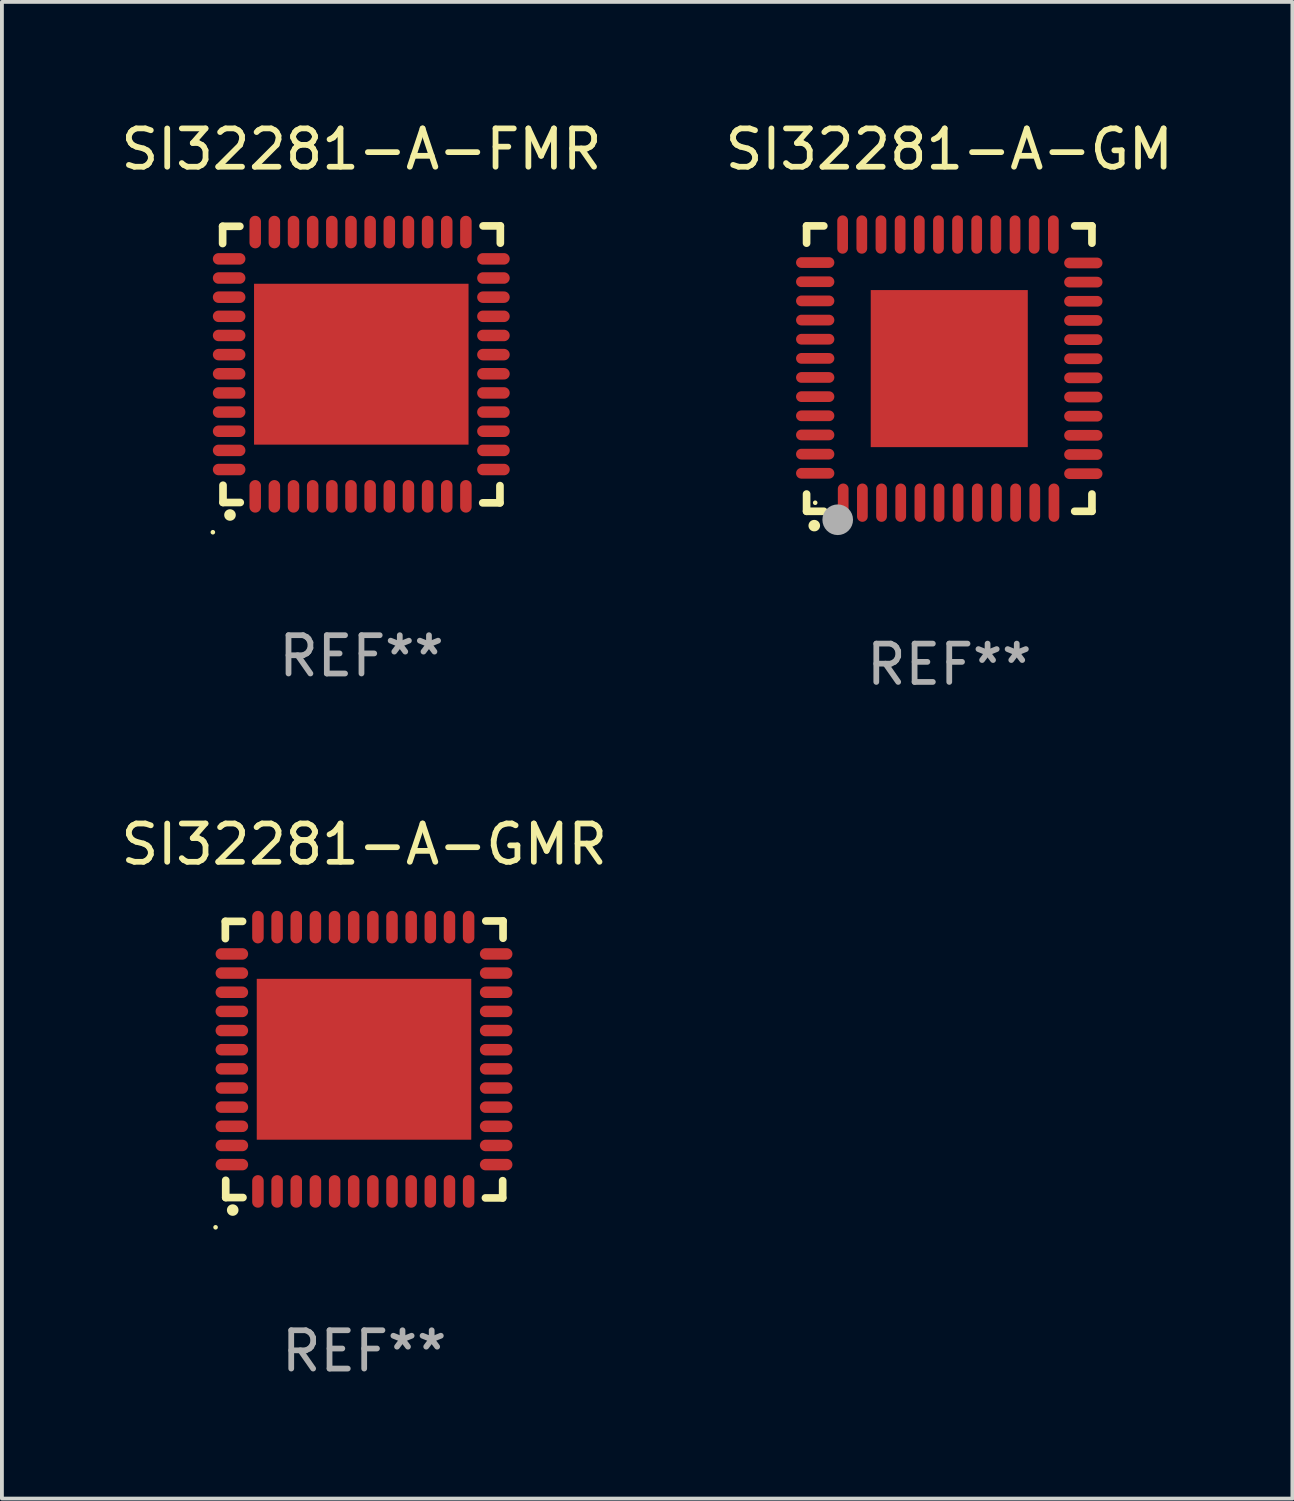
<source format=kicad_pcb>
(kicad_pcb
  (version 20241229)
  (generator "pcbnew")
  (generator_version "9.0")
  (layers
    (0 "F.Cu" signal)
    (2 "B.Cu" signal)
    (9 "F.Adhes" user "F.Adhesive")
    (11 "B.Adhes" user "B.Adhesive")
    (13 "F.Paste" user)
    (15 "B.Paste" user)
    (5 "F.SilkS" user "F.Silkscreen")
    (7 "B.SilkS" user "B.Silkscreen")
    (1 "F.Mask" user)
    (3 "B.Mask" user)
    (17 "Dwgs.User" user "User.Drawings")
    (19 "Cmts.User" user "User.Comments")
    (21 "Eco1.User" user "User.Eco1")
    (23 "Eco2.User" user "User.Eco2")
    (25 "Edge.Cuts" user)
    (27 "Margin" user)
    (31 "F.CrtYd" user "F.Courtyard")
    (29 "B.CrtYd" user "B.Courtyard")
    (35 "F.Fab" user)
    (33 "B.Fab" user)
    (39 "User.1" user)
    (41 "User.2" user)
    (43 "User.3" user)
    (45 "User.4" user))
  (footprint "SI32281-A-GMR"
    (layer "F.Cu")
    (at 6.458 24.609)
    (property "Reference" "SI32281-A-GMR" (at 0 -5.615 0) (layer "F.SilkS") (effects (font (size 1 1) (thickness 0.15))))
    (attr through_hole)
    (fp_line (start -3.625 -3.605) (end -3.175 -3.605) (stroke (width 0.2) (type solid)) (layer "F.SilkS"))
    (fp_line (start -3.625 -3.155) (end -3.625 -3.605) (stroke (width 0.2) (type solid)) (layer "F.SilkS"))
    (fp_line (start -3.615 3.605) (end -3.615 3.155) (stroke (width 0.2) (type solid)) (layer "F.SilkS"))
    (fp_line (start -3.165 3.605) (end -3.615 3.605) (stroke (width 0.2) (type solid)) (layer "F.SilkS"))
    (fp_line (start 3.165 3.615) (end 3.615 3.615) (stroke (width 0.2) (type solid)) (layer "F.SilkS"))
    (fp_line (start 3.615 3.615) (end 3.615 3.165) (stroke (width 0.2) (type solid)) (layer "F.SilkS"))
    (fp_line (start 3.625 -3.615) (end 3.175 -3.615) (stroke (width 0.2) (type solid)) (layer "F.SilkS"))
    (fp_line (start 3.625 -3.165) (end 3.625 -3.615) (stroke (width 0.2) (type solid)) (layer "F.SilkS"))
    (fp_arc (start -3.434011 3.931928) (mid -3.432741 3.931923) (end -3.431471 3.931928) (stroke (width 0.3) (type solid)) (layer "F.SilkS"))
    (fp_circle (center -3.88 4.382) (end -3.85 4.382) (stroke (width 0.06) (type solid)) (fill no) (layer "F.SilkS"))
    (fp_text user "REF**" (at 0 7.615 0) (layer "F.Fab") (effects (font (size 1 1) (thickness 0.15))))
    (pad "1" smd oval (at -2.774 3.445 180) (size 0.3 0.85) (layers "F.Cu" "F.Mask" "F.Paste"))
    (pad "2" smd oval (at -2.274 3.445 180) (size 0.3 0.85) (layers "F.Cu" "F.Mask" "F.Paste"))
    (pad "3" smd oval (at -1.774 3.445 180) (size 0.3 0.85) (layers "F.Cu" "F.Mask" "F.Paste"))
    (pad "4" smd oval (at -1.274 3.445 180) (size 0.3 0.85) (layers "F.Cu" "F.Mask" "F.Paste"))
    (pad "5" smd oval (at -0.772 3.445 180) (size 0.3 0.85) (layers "F.Cu" "F.Mask" "F.Paste"))
    (pad "6" smd oval (at -0.274 3.445 180) (size 0.3 0.85) (layers "F.Cu" "F.Mask" "F.Paste"))
    (pad "7" smd oval (at 0.226 3.445 180) (size 0.3 0.85) (layers "F.Cu" "F.Mask" "F.Paste"))
    (pad "8" smd oval (at 0.726 3.445 180) (size 0.3 0.85) (layers "F.Cu" "F.Mask" "F.Paste"))
    (pad "9" smd oval (at 1.226 3.445 180) (size 0.3 0.85) (layers "F.Cu" "F.Mask" "F.Paste"))
    (pad "10" smd oval (at 1.726 3.445 180) (size 0.3 0.85) (layers "F.Cu" "F.Mask" "F.Paste"))
    (pad "11" smd oval (at 2.226 3.445 180) (size 0.3 0.85) (layers "F.Cu" "F.Mask" "F.Paste"))
    (pad "12" smd oval (at 2.726 3.445 180) (size 0.3 0.85) (layers "F.Cu" "F.Mask" "F.Paste"))
    (pad "13" smd oval (at 3.445 2.745 90) (size 0.3 0.85) (layers "F.Cu" "F.Mask" "F.Paste"))
    (pad "14" smd oval (at 3.445 2.245 90) (size 0.3 0.85) (layers "F.Cu" "F.Mask" "F.Paste"))
    (pad "15" smd oval (at 3.445 1.745 90) (size 0.3 0.85) (layers "F.Cu" "F.Mask" "F.Paste"))
    (pad "16" smd oval (at 3.445 1.245 90) (size 0.3 0.85) (layers "F.Cu" "F.Mask" "F.Paste"))
    (pad "17" smd oval (at 3.445 0.745 90) (size 0.3 0.85) (layers "F.Cu" "F.Mask" "F.Paste"))
    (pad "18" smd oval (at 3.445 0.245 90) (size 0.3 0.85) (layers "F.Cu" "F.Mask" "F.Paste"))
    (pad "19" smd oval (at 3.445 -0.255 90) (size 0.3 0.85) (layers "F.Cu" "F.Mask" "F.Paste"))
    (pad "20" smd oval (at 3.445 -0.755 90) (size 0.3 0.85) (layers "F.Cu" "F.Mask" "F.Paste"))
    (pad "21" smd oval (at 3.445 -1.255 90) (size 0.3 0.85) (layers "F.Cu" "F.Mask" "F.Paste"))
    (pad "22" smd oval (at 3.445 -1.755 90) (size 0.3 0.85) (layers "F.Cu" "F.Mask" "F.Paste"))
    (pad "23" smd oval (at 3.445 -2.255 90) (size 0.3 0.85) (layers "F.Cu" "F.Mask" "F.Paste"))
    (pad "24" smd oval (at 3.445 -2.755 90) (size 0.3 0.85) (layers "F.Cu" "F.Mask" "F.Paste"))
    (pad "25" smd oval (at 2.726 -3.455 180) (size 0.3 0.85) (layers "F.Cu" "F.Mask" "F.Paste"))
    (pad "26" smd oval (at 2.226 -3.455 180) (size 0.3 0.85) (layers "F.Cu" "F.Mask" "F.Paste"))
    (pad "27" smd oval (at 1.726 -3.455 180) (size 0.3 0.85) (layers "F.Cu" "F.Mask" "F.Paste"))
    (pad "28" smd oval (at 1.226 -3.455 180) (size 0.3 0.85) (layers "F.Cu" "F.Mask" "F.Paste"))
    (pad "29" smd oval (at 0.726 -3.455 180) (size 0.3 0.85) (layers "F.Cu" "F.Mask" "F.Paste"))
    (pad "30" smd oval (at 0.226 -3.455 180) (size 0.3 0.85) (layers "F.Cu" "F.Mask" "F.Paste"))
    (pad "31" smd oval (at -0.274 -3.455 180) (size 0.3 0.85) (layers "F.Cu" "F.Mask" "F.Paste"))
    (pad "32" smd oval (at -0.774 -3.455 180) (size 0.3 0.85) (layers "F.Cu" "F.Mask" "F.Paste"))
    (pad "33" smd oval (at -1.274 -3.455 180) (size 0.3 0.85) (layers "F.Cu" "F.Mask" "F.Paste"))
    (pad "34" smd oval (at -1.774 -3.455 180) (size 0.3 0.85) (layers "F.Cu" "F.Mask" "F.Paste"))
    (pad "35" smd oval (at -2.274 -3.455 180) (size 0.3 0.85) (layers "F.Cu" "F.Mask" "F.Paste"))
    (pad "36" smd oval (at -2.774 -3.455 180) (size 0.3 0.85) (layers "F.Cu" "F.Mask" "F.Paste"))
    (pad "37" smd oval (at -3.455 -2.755 90) (size 0.3 0.85) (layers "F.Cu" "F.Mask" "F.Paste"))
    (pad "38" smd oval (at -3.455 -2.255 90) (size 0.3 0.85) (layers "F.Cu" "F.Mask" "F.Paste"))
    (pad "39" smd oval (at -3.455 -1.755 90) (size 0.3 0.85) (layers "F.Cu" "F.Mask" "F.Paste"))
    (pad "40" smd oval (at -3.455 -1.255 90) (size 0.3 0.85) (layers "F.Cu" "F.Mask" "F.Paste"))
    (pad "41" smd oval (at -3.455 -0.755 90) (size 0.3 0.85) (layers "F.Cu" "F.Mask" "F.Paste"))
    (pad "42" smd oval (at -3.455 -0.255 90) (size 0.3 0.85) (layers "F.Cu" "F.Mask" "F.Paste"))
    (pad "43" smd oval (at -3.455 0.245 90) (size 0.3 0.85) (layers "F.Cu" "F.Mask" "F.Paste"))
    (pad "44" smd oval (at -3.455 0.745 90) (size 0.3 0.85) (layers "F.Cu" "F.Mask" "F.Paste"))
    (pad "45" smd oval (at -3.455 1.245 90) (size 0.3 0.85) (layers "F.Cu" "F.Mask" "F.Paste"))
    (pad "46" smd oval (at -3.455 1.745 90) (size 0.3 0.85) (layers "F.Cu" "F.Mask" "F.Paste"))
    (pad "47" smd oval (at -3.455 2.245 90) (size 0.3 0.85) (layers "F.Cu" "F.Mask" "F.Paste"))
    (pad "48" smd oval (at -3.455 2.745 90) (size 0.3 0.85) (layers "F.Cu" "F.Mask" "F.Paste"))
    (pad "49" smd rect (at -0.005 -0.005 180) (size 5.6 4.2) (layers "F.Cu" "F.Mask" "F.Paste")))
  (footprint "SI32281-A-FMR"
    (layer "F.Cu")
    (at 6.387 6.463)
    (property "Reference" "SI32281-A-FMR" (at 0 -5.615 0) (layer "F.SilkS") (effects (font (size 1 1) (thickness 0.15))))
    (attr through_hole)
    (fp_line (start -3.625 -3.605) (end -3.175 -3.605) (stroke (width 0.2) (type solid)) (layer "F.SilkS"))
    (fp_line (start -3.625 -3.155) (end -3.625 -3.605) (stroke (width 0.2) (type solid)) (layer "F.SilkS"))
    (fp_line (start -3.615 3.605) (end -3.615 3.155) (stroke (width 0.2) (type solid)) (layer "F.SilkS"))
    (fp_line (start -3.165 3.605) (end -3.615 3.605) (stroke (width 0.2) (type solid)) (layer "F.SilkS"))
    (fp_line (start 3.165 3.615) (end 3.615 3.615) (stroke (width 0.2) (type solid)) (layer "F.SilkS"))
    (fp_line (start 3.615 3.615) (end 3.615 3.165) (stroke (width 0.2) (type solid)) (layer "F.SilkS"))
    (fp_line (start 3.625 -3.615) (end 3.175 -3.615) (stroke (width 0.2) (type solid)) (layer "F.SilkS"))
    (fp_line (start 3.625 -3.165) (end 3.625 -3.615) (stroke (width 0.2) (type solid)) (layer "F.SilkS"))
    (fp_arc (start -3.434011 3.931928) (mid -3.432741 3.931923) (end -3.431471 3.931928) (stroke (width 0.3) (type solid)) (layer "F.SilkS"))
    (fp_circle (center -3.88 4.382) (end -3.85 4.382) (stroke (width 0.06) (type solid)) (fill no) (layer "F.SilkS"))
    (fp_text user "REF**" (at 0 7.615 0) (layer "F.Fab") (effects (font (size 1 1) (thickness 0.15))))
    (pad "1" smd oval (at -2.774 3.445 180) (size 0.3 0.85) (layers "F.Cu" "F.Mask" "F.Paste"))
    (pad "2" smd oval (at -2.274 3.445 180) (size 0.3 0.85) (layers "F.Cu" "F.Mask" "F.Paste"))
    (pad "3" smd oval (at -1.774 3.445 180) (size 0.3 0.85) (layers "F.Cu" "F.Mask" "F.Paste"))
    (pad "4" smd oval (at -1.274 3.445 180) (size 0.3 0.85) (layers "F.Cu" "F.Mask" "F.Paste"))
    (pad "5" smd oval (at -0.772 3.445 180) (size 0.3 0.85) (layers "F.Cu" "F.Mask" "F.Paste"))
    (pad "6" smd oval (at -0.274 3.445 180) (size 0.3 0.85) (layers "F.Cu" "F.Mask" "F.Paste"))
    (pad "7" smd oval (at 0.226 3.445 180) (size 0.3 0.85) (layers "F.Cu" "F.Mask" "F.Paste"))
    (pad "8" smd oval (at 0.726 3.445 180) (size 0.3 0.85) (layers "F.Cu" "F.Mask" "F.Paste"))
    (pad "9" smd oval (at 1.226 3.445 180) (size 0.3 0.85) (layers "F.Cu" "F.Mask" "F.Paste"))
    (pad "10" smd oval (at 1.726 3.445 180) (size 0.3 0.85) (layers "F.Cu" "F.Mask" "F.Paste"))
    (pad "11" smd oval (at 2.226 3.445 180) (size 0.3 0.85) (layers "F.Cu" "F.Mask" "F.Paste"))
    (pad "12" smd oval (at 2.726 3.445 180) (size 0.3 0.85) (layers "F.Cu" "F.Mask" "F.Paste"))
    (pad "13" smd oval (at 3.445 2.745 90) (size 0.3 0.85) (layers "F.Cu" "F.Mask" "F.Paste"))
    (pad "14" smd oval (at 3.445 2.245 90) (size 0.3 0.85) (layers "F.Cu" "F.Mask" "F.Paste"))
    (pad "15" smd oval (at 3.445 1.745 90) (size 0.3 0.85) (layers "F.Cu" "F.Mask" "F.Paste"))
    (pad "16" smd oval (at 3.445 1.245 90) (size 0.3 0.85) (layers "F.Cu" "F.Mask" "F.Paste"))
    (pad "17" smd oval (at 3.445 0.745 90) (size 0.3 0.85) (layers "F.Cu" "F.Mask" "F.Paste"))
    (pad "18" smd oval (at 3.445 0.245 90) (size 0.3 0.85) (layers "F.Cu" "F.Mask" "F.Paste"))
    (pad "19" smd oval (at 3.445 -0.255 90) (size 0.3 0.85) (layers "F.Cu" "F.Mask" "F.Paste"))
    (pad "20" smd oval (at 3.445 -0.755 90) (size 0.3 0.85) (layers "F.Cu" "F.Mask" "F.Paste"))
    (pad "21" smd oval (at 3.445 -1.255 90) (size 0.3 0.85) (layers "F.Cu" "F.Mask" "F.Paste"))
    (pad "22" smd oval (at 3.445 -1.755 90) (size 0.3 0.85) (layers "F.Cu" "F.Mask" "F.Paste"))
    (pad "23" smd oval (at 3.445 -2.255 90) (size 0.3 0.85) (layers "F.Cu" "F.Mask" "F.Paste"))
    (pad "24" smd oval (at 3.445 -2.755 90) (size 0.3 0.85) (layers "F.Cu" "F.Mask" "F.Paste"))
    (pad "25" smd oval (at 2.726 -3.455 180) (size 0.3 0.85) (layers "F.Cu" "F.Mask" "F.Paste"))
    (pad "26" smd oval (at 2.226 -3.455 180) (size 0.3 0.85) (layers "F.Cu" "F.Mask" "F.Paste"))
    (pad "27" smd oval (at 1.726 -3.455 180) (size 0.3 0.85) (layers "F.Cu" "F.Mask" "F.Paste"))
    (pad "28" smd oval (at 1.226 -3.455 180) (size 0.3 0.85) (layers "F.Cu" "F.Mask" "F.Paste"))
    (pad "29" smd oval (at 0.726 -3.455 180) (size 0.3 0.85) (layers "F.Cu" "F.Mask" "F.Paste"))
    (pad "30" smd oval (at 0.226 -3.455 180) (size 0.3 0.85) (layers "F.Cu" "F.Mask" "F.Paste"))
    (pad "31" smd oval (at -0.274 -3.455 180) (size 0.3 0.85) (layers "F.Cu" "F.Mask" "F.Paste"))
    (pad "32" smd oval (at -0.774 -3.455 180) (size 0.3 0.85) (layers "F.Cu" "F.Mask" "F.Paste"))
    (pad "33" smd oval (at -1.274 -3.455 180) (size 0.3 0.85) (layers "F.Cu" "F.Mask" "F.Paste"))
    (pad "34" smd oval (at -1.774 -3.455 180) (size 0.3 0.85) (layers "F.Cu" "F.Mask" "F.Paste"))
    (pad "35" smd oval (at -2.274 -3.455 180) (size 0.3 0.85) (layers "F.Cu" "F.Mask" "F.Paste"))
    (pad "36" smd oval (at -2.774 -3.455 180) (size 0.3 0.85) (layers "F.Cu" "F.Mask" "F.Paste"))
    (pad "37" smd oval (at -3.455 -2.755 90) (size 0.3 0.85) (layers "F.Cu" "F.Mask" "F.Paste"))
    (pad "38" smd oval (at -3.455 -2.255 90) (size 0.3 0.85) (layers "F.Cu" "F.Mask" "F.Paste"))
    (pad "39" smd oval (at -3.455 -1.755 90) (size 0.3 0.85) (layers "F.Cu" "F.Mask" "F.Paste"))
    (pad "40" smd oval (at -3.455 -1.255 90) (size 0.3 0.85) (layers "F.Cu" "F.Mask" "F.Paste"))
    (pad "41" smd oval (at -3.455 -0.755 90) (size 0.3 0.85) (layers "F.Cu" "F.Mask" "F.Paste"))
    (pad "42" smd oval (at -3.455 -0.255 90) (size 0.3 0.85) (layers "F.Cu" "F.Mask" "F.Paste"))
    (pad "43" smd oval (at -3.455 0.245 90) (size 0.3 0.85) (layers "F.Cu" "F.Mask" "F.Paste"))
    (pad "44" smd oval (at -3.455 0.745 90) (size 0.3 0.85) (layers "F.Cu" "F.Mask" "F.Paste"))
    (pad "45" smd oval (at -3.455 1.245 90) (size 0.3 0.85) (layers "F.Cu" "F.Mask" "F.Paste"))
    (pad "46" smd oval (at -3.455 1.745 90) (size 0.3 0.85) (layers "F.Cu" "F.Mask" "F.Paste"))
    (pad "47" smd oval (at -3.455 2.245 90) (size 0.3 0.85) (layers "F.Cu" "F.Mask" "F.Paste"))
    (pad "48" smd oval (at -3.455 2.745 90) (size 0.3 0.85) (layers "F.Cu" "F.Mask" "F.Paste"))
    (pad "49" smd rect (at -0.005 -0.005 180) (size 5.6 4.2) (layers "F.Cu" "F.Mask" "F.Paste")))
  (footprint "SI32281-A-GM"
    (layer "F.Cu")
    (at 21.732 6.573)
    (property "Reference" "SI32281-A-GM" (at 0 -5.725 0) (layer "F.SilkS") (effects (font (size 1 1) (thickness 0.15))))
    (attr through_hole)
    (fp_line (start -3.725 -3.725) (end -3.275 -3.725) (stroke (width 0.2) (type solid)) (layer "F.SilkS"))
    (fp_line (start -3.725 -3.275) (end -3.725 -3.725) (stroke (width 0.2) (type solid)) (layer "F.SilkS"))
    (fp_line (start -3.725 3.725) (end -3.725 3.275) (stroke (width 0.2) (type solid)) (layer "F.SilkS"))
    (fp_line (start -3.275 3.725) (end -3.725 3.725) (stroke (width 0.2) (type solid)) (layer "F.SilkS"))
    (fp_line (start 3.275 3.725) (end 3.725 3.725) (stroke (width 0.2) (type solid)) (layer "F.SilkS"))
    (fp_line (start 3.725 -3.725) (end 3.275 -3.725) (stroke (width 0.2) (type solid)) (layer "F.SilkS"))
    (fp_line (start 3.725 -3.275) (end 3.725 -3.725) (stroke (width 0.2) (type solid)) (layer "F.SilkS"))
    (fp_line (start 3.725 3.725) (end 3.725 3.275) (stroke (width 0.2) (type solid)) (layer "F.SilkS"))
    (fp_arc (start -3.525527 4.099568) (mid -3.524257 4.099563) (end -3.522987 4.099568) (stroke (width 0.3) (type solid)) (layer "F.SilkS"))
    (fp_circle (center -3.5 3.502) (end -3.47 3.502) (stroke (width 0.06) (type solid)) (fill no) (layer "F.SilkS"))
    (fp_circle (center -2.912 3.946) (end -2.712 3.946) (stroke (width 0.4) (type solid)) (fill no) (layer "F.Fab"))
    (fp_text user "REF**" (at 0 7.725 0) (layer "F.Fab") (effects (font (size 1 1) (thickness 0.15))))
    (pad "1" smd oval (at -2.769 3.5) (size 0.28 1) (layers "F.Cu" "F.Mask" "F.Paste"))
    (pad "2" smd oval (at -2.268 3.5) (size 0.28 1) (layers "F.Cu" "F.Mask" "F.Paste"))
    (pad "3" smd oval (at -1.768 3.5) (size 0.28 1) (layers "F.Cu" "F.Mask" "F.Paste"))
    (pad "4" smd oval (at -1.267 3.5) (size 0.28 1) (layers "F.Cu" "F.Mask" "F.Paste"))
    (pad "5" smd oval (at -0.767 3.5) (size 0.28 1) (layers "F.Cu" "F.Mask" "F.Paste"))
    (pad "6" smd oval (at -0.267 3.5) (size 0.28 1) (layers "F.Cu" "F.Mask" "F.Paste"))
    (pad "7" smd oval (at 0.231 3.5) (size 0.28 1) (layers "F.Cu" "F.Mask" "F.Paste"))
    (pad "8" smd oval (at 0.732 3.5) (size 0.28 1) (layers "F.Cu" "F.Mask" "F.Paste"))
    (pad "9" smd oval (at 1.232 3.5) (size 0.28 1) (layers "F.Cu" "F.Mask" "F.Paste"))
    (pad "10" smd oval (at 1.732 3.5) (size 0.28 1) (layers "F.Cu" "F.Mask" "F.Paste"))
    (pad "11" smd oval (at 2.233 3.5) (size 0.28 1) (layers "F.Cu" "F.Mask" "F.Paste"))
    (pad "12" smd oval (at 2.733 3.5) (size 0.28 1) (layers "F.Cu" "F.Mask" "F.Paste"))
    (pad "13" smd oval (at 3.5 2.743) (size 1 0.28) (layers "F.Cu" "F.Mask" "F.Paste"))
    (pad "14" smd oval (at 3.5 2.243) (size 1 0.28) (layers "F.Cu" "F.Mask" "F.Paste"))
    (pad "15" smd oval (at 3.5 1.742) (size 1 0.28) (layers "F.Cu" "F.Mask" "F.Paste"))
    (pad "16" smd oval (at 3.5 1.242) (size 1 0.28) (layers "F.Cu" "F.Mask" "F.Paste"))
    (pad "17" smd oval (at 3.5 0.742) (size 1 0.28) (layers "F.Cu" "F.Mask" "F.Paste"))
    (pad "18" smd oval (at 3.5 0.241) (size 1 0.28) (layers "F.Cu" "F.Mask" "F.Paste"))
    (pad "19" smd oval (at 3.5 -0.257) (size 1 0.28) (layers "F.Cu" "F.Mask" "F.Paste"))
    (pad "20" smd oval (at 3.5 -0.757) (size 1 0.28) (layers "F.Cu" "F.Mask" "F.Paste"))
    (pad "21" smd oval (at 3.5 -1.257) (size 1 0.28) (layers "F.Cu" "F.Mask" "F.Paste"))
    (pad "22" smd oval (at 3.5 -1.758) (size 1 0.28) (layers "F.Cu" "F.Mask" "F.Paste"))
    (pad "23" smd oval (at 3.5 -2.258) (size 1 0.28) (layers "F.Cu" "F.Mask" "F.Paste"))
    (pad "24" smd oval (at 3.5 -2.758) (size 1 0.28) (layers "F.Cu" "F.Mask" "F.Paste"))
    (pad "25" smd oval (at 2.718 -3.5) (size 0.28 1) (layers "F.Cu" "F.Mask" "F.Paste"))
    (pad "26" smd oval (at 2.217 -3.5) (size 0.28 1) (layers "F.Cu" "F.Mask" "F.Paste"))
    (pad "27" smd oval (at 1.717 -3.5) (size 0.28 1) (layers "F.Cu" "F.Mask" "F.Paste"))
    (pad "28" smd oval (at 1.217 -3.5) (size 0.28 1) (layers "F.Cu" "F.Mask" "F.Paste"))
    (pad "29" smd oval (at 0.716 -3.5) (size 0.28 1) (layers "F.Cu" "F.Mask" "F.Paste"))
    (pad "30" smd oval (at 0.216 -3.5) (size 0.28 1) (layers "F.Cu" "F.Mask" "F.Paste"))
    (pad "31" smd oval (at -0.282 -3.5) (size 0.28 1) (layers "F.Cu" "F.Mask" "F.Paste"))
    (pad "32" smd oval (at -0.782 -3.5) (size 0.28 1) (layers "F.Cu" "F.Mask" "F.Paste"))
    (pad "33" smd oval (at -1.283 -3.5) (size 0.28 1) (layers "F.Cu" "F.Mask" "F.Paste"))
    (pad "34" smd oval (at -1.783 -3.5) (size 0.28 1) (layers "F.Cu" "F.Mask" "F.Paste"))
    (pad "35" smd oval (at -2.283 -3.5) (size 0.28 1) (layers "F.Cu" "F.Mask" "F.Paste"))
    (pad "36" smd oval (at -2.784 -3.5) (size 0.28 1) (layers "F.Cu" "F.Mask" "F.Paste"))
    (pad "37" smd oval (at -3.5 -2.769) (size 1 0.28) (layers "F.Cu" "F.Mask" "F.Paste"))
    (pad "38" smd oval (at -3.5 -2.268) (size 1 0.28) (layers "F.Cu" "F.Mask" "F.Paste"))
    (pad "39" smd oval (at -3.5 -1.768) (size 1 0.28) (layers "F.Cu" "F.Mask" "F.Paste"))
    (pad "40" smd oval (at -3.5 -1.267) (size 1 0.28) (layers "F.Cu" "F.Mask" "F.Paste"))
    (pad "41" smd oval (at -3.5 -0.767) (size 1 0.28) (layers "F.Cu" "F.Mask" "F.Paste"))
    (pad "42" smd oval (at -3.5 -0.267) (size 1 0.28) (layers "F.Cu" "F.Mask" "F.Paste"))
    (pad "43" smd oval (at -3.5 0.231) (size 1 0.28) (layers "F.Cu" "F.Mask" "F.Paste"))
    (pad "44" smd oval (at -3.5 0.732) (size 1 0.28) (layers "F.Cu" "F.Mask" "F.Paste"))
    (pad "45" smd oval (at -3.5 1.232) (size 1 0.28) (layers "F.Cu" "F.Mask" "F.Paste"))
    (pad "46" smd oval (at -3.5 1.732) (size 1 0.28) (layers "F.Cu" "F.Mask" "F.Paste"))
    (pad "47" smd oval (at -3.5 2.233) (size 1 0.28) (layers "F.Cu" "F.Mask" "F.Paste"))
    (pad "48" smd oval (at -3.5 2.733) (size 1 0.28) (layers "F.Cu" "F.Mask" "F.Paste"))
    (pad "49" smd rect (at 0 0 90) (size 4.1 4.1) (layers "F.Cu" "F.Mask" "F.Paste")))
  (gr_rect
    (start -3 -3)
    (end 30.69 36.073)
    (stroke (width 0.1) (type default))
    (fill no)
    (layer "Edge.Cuts")))
</source>
